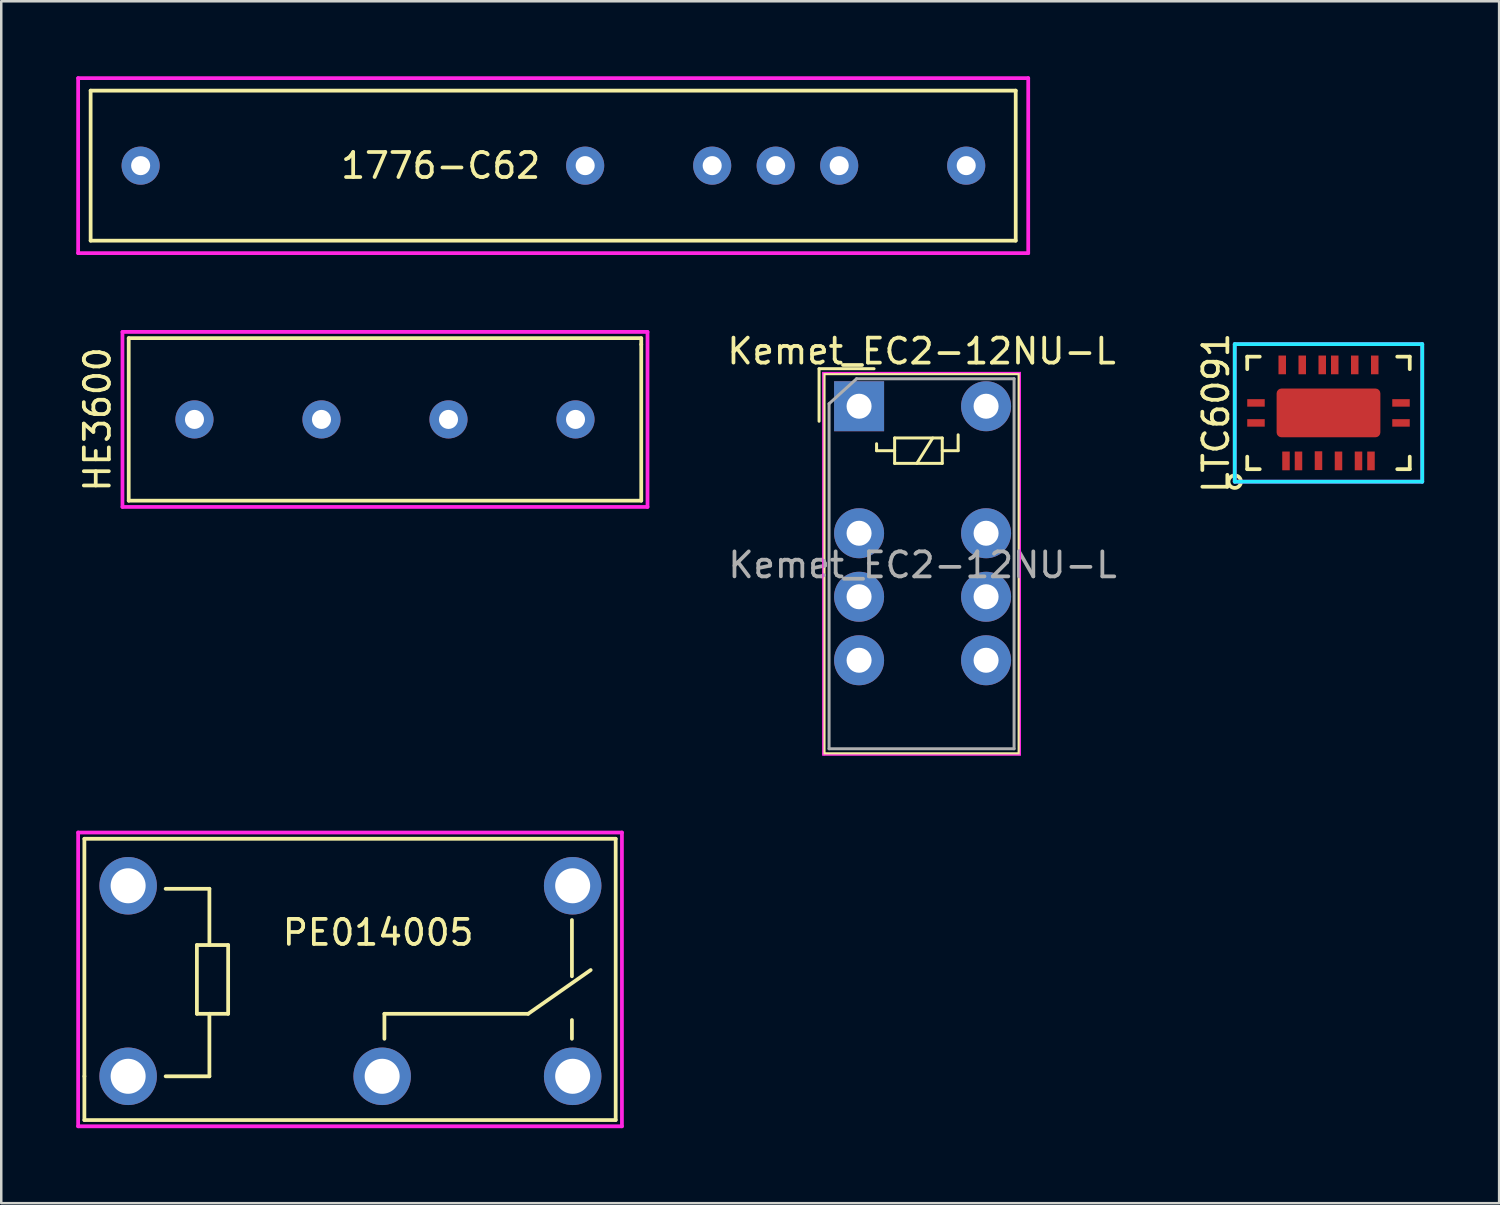
<source format=kicad_pcb>
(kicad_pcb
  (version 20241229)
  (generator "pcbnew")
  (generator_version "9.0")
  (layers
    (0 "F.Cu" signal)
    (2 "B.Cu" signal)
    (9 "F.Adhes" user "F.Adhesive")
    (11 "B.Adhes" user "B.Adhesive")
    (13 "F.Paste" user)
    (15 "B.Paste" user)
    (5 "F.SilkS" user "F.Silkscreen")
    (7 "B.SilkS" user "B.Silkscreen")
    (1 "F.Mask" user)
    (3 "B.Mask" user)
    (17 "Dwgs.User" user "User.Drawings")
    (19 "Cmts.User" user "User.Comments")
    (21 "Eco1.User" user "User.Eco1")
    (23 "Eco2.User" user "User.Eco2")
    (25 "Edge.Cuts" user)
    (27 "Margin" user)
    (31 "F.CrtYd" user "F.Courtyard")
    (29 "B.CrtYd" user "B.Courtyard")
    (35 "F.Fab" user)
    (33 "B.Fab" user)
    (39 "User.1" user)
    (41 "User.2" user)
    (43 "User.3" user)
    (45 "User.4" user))
  (footprint "PE014005"
    (layer "F.Cu")
    (at 2.075 39.998)
    (property "Reference" "PE014005" (at 10 -5.75 0) (layer "F.SilkS") (effects (font (size 1 1) (thickness 0.15))))
    (attr through_hole)
    (fp_line (start -1.75 -9.5) (end -1.75 0) (stroke (width 0.15) (type solid)) (layer "F.SilkS"))
    (fp_line (start -1.75 0) (end -1.75 1.75) (stroke (width 0.15) (type solid)) (layer "F.SilkS"))
    (fp_line (start -1.75 1.75) (end 19.5 1.75) (stroke (width 0.15) (type solid)) (layer "F.SilkS"))
    (fp_line (start 1.5 0) (end 3.25 0) (stroke (width 0.15) (type solid)) (layer "F.SilkS"))
    (fp_line (start 2.75 -5.25) (end 4 -5.25) (stroke (width 0.15) (type solid)) (layer "F.SilkS"))
    (fp_line (start 2.75 -2.5) (end 2.75 -5.25) (stroke (width 0.15) (type solid)) (layer "F.SilkS"))
    (fp_line (start 3.25 -7.5) (end 1.5 -7.5) (stroke (width 0.15) (type solid)) (layer "F.SilkS"))
    (fp_line (start 3.25 -5.25) (end 3.25 -7.5) (stroke (width 0.15) (type solid)) (layer "F.SilkS"))
    (fp_line (start 3.25 -2.5) (end 2.75 -2.5) (stroke (width 0.15) (type solid)) (layer "F.SilkS"))
    (fp_line (start 3.25 0) (end 3.25 -2.5) (stroke (width 0.15) (type solid)) (layer "F.SilkS"))
    (fp_line (start 4 -5.25) (end 4 -2.5) (stroke (width 0.15) (type solid)) (layer "F.SilkS"))
    (fp_line (start 4 -2.5) (end 3.25 -2.5) (stroke (width 0.15) (type solid)) (layer "F.SilkS"))
    (fp_line (start 10.25 -2.5) (end 16 -2.5) (stroke (width 0.15) (type solid)) (layer "F.SilkS"))
    (fp_line (start 10.25 -1.5) (end 10.25 -2.5) (stroke (width 0.15) (type solid)) (layer "F.SilkS"))
    (fp_line (start 16 -2.5) (end 18.5 -4.25) (stroke (width 0.15) (type solid)) (layer "F.SilkS"))
    (fp_line (start 17.75 -6.25) (end 17.75 -4) (stroke (width 0.15) (type solid)) (layer "F.SilkS"))
    (fp_line (start 17.75 -2.25) (end 17.75 -1.5) (stroke (width 0.15) (type solid)) (layer "F.SilkS"))
    (fp_line (start 19.5 -9.5) (end -1.75 -9.5) (stroke (width 0.15) (type solid)) (layer "F.SilkS"))
    (fp_line (start 19.5 1.75) (end 19.5 -9.5) (stroke (width 0.15) (type solid)) (layer "F.SilkS"))
    (fp_line (start -2 -9.75) (end -2 2) (stroke (width 0.15) (type solid)) (layer "F.CrtYd"))
    (fp_line (start -2 2) (end 19.75 2) (stroke (width 0.15) (type solid)) (layer "F.CrtYd"))
    (fp_line (start 19.75 -9.75) (end -2 -9.75) (stroke (width 0.15) (type solid)) (layer "F.CrtYd"))
    (fp_line (start 19.75 2) (end 19.75 -9.75) (stroke (width 0.15) (type solid)) (layer "F.CrtYd"))
    (pad "1" thru_hole circle (at 0 -7.62) (size 2.3 2.3) (drill 1.4) (layers "*.Cu" "*.Mask"))
    (pad "2" thru_hole circle (at 0 0) (size 2.3 2.3) (drill 1.4) (layers "*.Cu" "*.Mask"))
    (pad "11" thru_hole circle (at 10.16 0) (size 2.3 2.3) (drill 1.4) (layers "*.Cu" "*.Mask"))
    (pad "12" thru_hole circle (at 17.78 -7.62) (size 2.3 2.3) (drill 1.4) (layers "*.Cu" "*.Mask"))
    (pad "14" thru_hole circle (at 17.78 0) (size 2.3 2.3) (drill 1.4) (layers "*.Cu" "*.Mask")))
  (footprint "Kemet_EC2-12NU-L"
    (layer "F.Cu")
    (at 31.31 13.198)
    (property "Reference" "Kemet_EC2-12NU-L" (at 2.5 -2.2 0) (layer "F.SilkS") (effects (font (size 1 1) (thickness 0.15))))
    (attr through_hole)
    (fp_line (start -1.6 -1.5) (end 0.6 -1.5) (stroke (width 0.12) (type solid)) (layer "F.SilkS"))
    (fp_line (start -1.6 0.6) (end -1.6 -1.5) (stroke (width 0.12) (type solid)) (layer "F.SilkS"))
    (fp_line (start -1.4 -1.3) (end 6.4 -1.3) (stroke (width 0.12) (type solid)) (layer "F.SilkS"))
    (fp_line (start -1.4 13.9) (end -1.4 -1.3) (stroke (width 0.12) (type solid)) (layer "F.SilkS"))
    (fp_line (start 0.7 1.5) (end 0.7 1.778) (stroke (width 0.12) (type solid)) (layer "F.SilkS"))
    (fp_line (start 0.7 1.778) (end 1.422 1.778) (stroke (width 0.12) (type solid)) (layer "F.SilkS"))
    (fp_line (start 1.422 1.27) (end 1.422 2.286) (stroke (width 0.12) (type solid)) (layer "F.SilkS"))
    (fp_line (start 1.422 2.286) (end 3.327 2.286) (stroke (width 0.12) (type solid)) (layer "F.SilkS"))
    (fp_line (start 2.946 1.27) (end 2.311 2.286) (stroke (width 0.12) (type solid)) (layer "F.SilkS"))
    (fp_line (start 3.327 1.27) (end 1.422 1.27) (stroke (width 0.12) (type solid)) (layer "F.SilkS"))
    (fp_line (start 3.327 1.27) (end 3.327 2.286) (stroke (width 0.12) (type solid)) (layer "F.SilkS"))
    (fp_line (start 3.962 1.143) (end 3.962 1.778) (stroke (width 0.12) (type solid)) (layer "F.SilkS"))
    (fp_line (start 3.962 1.778) (end 3.327 1.778) (stroke (width 0.12) (type solid)) (layer "F.SilkS"))
    (fp_line (start 6.4 -1.3) (end 6.4 13.9) (stroke (width 0.12) (type solid)) (layer "F.SilkS"))
    (fp_line (start 6.4 13.9) (end -1.4 13.9) (stroke (width 0.12) (type solid)) (layer "F.SilkS"))
    (fp_line (start -1.45 -1.35) (end -1.45 13.95) (stroke (width 0.05) (type solid)) (layer "F.CrtYd"))
    (fp_line (start -1.45 -1.35) (end 6.45 -1.35) (stroke (width 0.05) (type solid)) (layer "F.CrtYd"))
    (fp_line (start 6.45 13.95) (end -1.45 13.95) (stroke (width 0.05) (type solid)) (layer "F.CrtYd"))
    (fp_line (start 6.45 13.95) (end 6.45 -1.35) (stroke (width 0.05) (type solid)) (layer "F.CrtYd"))
    (fp_line (start -1.2 -0.1) (end -0.1 -1.1) (stroke (width 0.12) (type solid)) (layer "F.Fab"))
    (fp_line (start -1.2 13.7) (end -1.2 -0.1) (stroke (width 0.12) (type solid)) (layer "F.Fab"))
    (fp_line (start -0.1 -1.1) (end 6.2 -1.1) (stroke (width 0.12) (type solid)) (layer "F.Fab"))
    (fp_line (start 6.2 -1.1) (end 6.2 13.7) (stroke (width 0.12) (type solid)) (layer "F.Fab"))
    (fp_line (start 6.2 13.7) (end -1.2 13.7) (stroke (width 0.12) (type solid)) (layer "F.Fab"))
    (fp_text user "${REFERENCE}" (at 2.54 6.35 0) (layer "F.Fab") (effects (font (size 1 1) (thickness 0.15))))
    (pad "1" thru_hole rect (at 0 0) (size 2 2) (drill 1) (layers "*.Cu" "*.Mask"))
    (pad "3" thru_hole circle (at 0 5.08) (size 2 2) (drill 1) (layers "*.Cu" "*.Mask"))
    (pad "4" thru_hole circle (at 0 7.62 270) (size 2 2) (drill 1) (layers "*.Cu" "*.Mask"))
    (pad "5" thru_hole circle (at 0 10.16) (size 2 2) (drill 1) (layers "*.Cu" "*.Mask"))
    (pad "8" thru_hole circle (at 5.08 10.16) (size 2 2) (drill 1) (layers "*.Cu" "*.Mask"))
    (pad "9" thru_hole circle (at 5.08 7.62 270) (size 2 2) (drill 1) (layers "*.Cu" "*.Mask"))
    (pad "10" thru_hole circle (at 5.08 5.08) (size 2 2) (drill 1) (layers "*.Cu" "*.Mask"))
    (pad "12" thru_hole circle (at 5.08 0) (size 2 2) (drill 1) (layers "*.Cu" "*.Mask")))
  (footprint "1776-C62"
    (layer "F.Cu")
    (at 2.575 3.575)
    (property "Reference" "1776-C62" (at 12 0 0) (layer "F.SilkS") (effects (font (size 1 1) (thickness 0.15))))
    (attr through_hole)
    (fp_line (start -2 -3) (end 35 -3) (stroke (width 0.15) (type solid)) (layer "F.SilkS"))
    (fp_line (start -2 3) (end -2 -3) (stroke (width 0.15) (type solid)) (layer "F.SilkS"))
    (fp_line (start 35 -3) (end 35 3) (stroke (width 0.15) (type solid)) (layer "F.SilkS"))
    (fp_line (start 35 3) (end -2 3) (stroke (width 0.15) (type solid)) (layer "F.SilkS"))
    (fp_line (start -2.5 -3.5) (end -2.5 3.5) (stroke (width 0.15) (type solid)) (layer "F.CrtYd"))
    (fp_line (start -2.5 3.5) (end 35.5 3.5) (stroke (width 0.15) (type solid)) (layer "F.CrtYd"))
    (fp_line (start 35.5 -3.5) (end -2.5 -3.5) (stroke (width 0.15) (type solid)) (layer "F.CrtYd"))
    (fp_line (start 35.5 3.5) (end 35.5 -3.5) (stroke (width 0.15) (type solid)) (layer "F.CrtYd"))
    (pad "1" thru_hole circle (at 0 0) (size 1.524 1.524) (drill 0.762) (layers "*.Cu" "*.Mask"))
    (pad "2" thru_hole circle (at 17.78 0) (size 1.524 1.524) (drill 0.762) (layers "*.Cu" "*.Mask"))
    (pad "3" thru_hole circle (at 22.86 0) (size 1.524 1.524) (drill 0.762) (layers "*.Cu" "*.Mask"))
    (pad "4" thru_hole circle (at 25.4 0) (size 1.524 1.524) (drill 0.762) (layers "*.Cu" "*.Mask"))
    (pad "5" thru_hole circle (at 27.94 0) (size 1.524 1.524) (drill 0.762) (layers "*.Cu" "*.Mask"))
    (pad "6" thru_hole circle (at 33.02 0) (size 1.524 1.524) (drill 0.762) (layers "*.Cu" "*.Mask")))
  (footprint "LTC6091"
    (layer "F.Cu")
    (at 50.085 13.465)
    (property "Reference" "LTC6091" (at -4.5 0 90) (layer "F.SilkS") (effects (font (size 1 1) (thickness 0.15))))
    (attr through_hole)
    (fp_line (start -3.25 -2.25) (end -2.75 -2.25) (stroke (width 0.15) (type solid)) (layer "F.SilkS"))
    (fp_line (start -3.25 -1.75) (end -3.25 -2.25) (stroke (width 0.15) (type solid)) (layer "F.SilkS"))
    (fp_line (start -3.25 1.75) (end -3.25 2.25) (stroke (width 0.15) (type solid)) (layer "F.SilkS"))
    (fp_line (start -3.25 2.25) (end -2.75 2.25) (stroke (width 0.15) (type solid)) (layer "F.SilkS"))
    (fp_line (start 2.75 2.25) (end 3.25 2.25) (stroke (width 0.15) (type solid)) (layer "F.SilkS"))
    (fp_line (start 3.25 -2.25) (end 2.75 -2.25) (stroke (width 0.15) (type solid)) (layer "F.SilkS"))
    (fp_line (start 3.25 -1.75) (end 3.25 -2.25) (stroke (width 0.15) (type solid)) (layer "F.SilkS"))
    (fp_line (start 3.25 2.25) (end 3.25 1.75) (stroke (width 0.15) (type solid)) (layer "F.SilkS"))
    (fp_circle (center -3.75 2.75) (end -3.5 2.75) (stroke (width 0.15) (type solid)) (fill no) (layer "F.SilkS"))
    (fp_line (start -3.75 -2.75) (end -3.75 2.75) (stroke (width 0.15) (type solid)) (layer "B.CrtYd"))
    (fp_line (start -3.75 2.75) (end 3.75 2.75) (stroke (width 0.15) (type solid)) (layer "B.CrtYd"))
    (fp_line (start 3.75 -2.75) (end -3.75 -2.75) (stroke (width 0.15) (type solid)) (layer "B.CrtYd"))
    (fp_line (start 3.75 2.75) (end 3.75 -2.75) (stroke (width 0.15) (type solid)) (layer "B.CrtYd"))
    (fp_line (start -3.75 -2.75) (end -3.75 2.75) (stroke (width 0.15) (type solid)) (layer "F.CrtYd"))
    (fp_line (start -3.75 2.75) (end 3.75 2.75) (stroke (width 0.15) (type solid)) (layer "F.CrtYd"))
    (fp_line (start 3.75 -2.75) (end -3.75 -2.75) (stroke (width 0.15) (type solid)) (layer "F.CrtYd"))
    (fp_line (start 3.75 2.75) (end 3.75 -2.75) (stroke (width 0.15) (type solid)) (layer "F.CrtYd"))
    (pad "1" smd rect (at -1.7 1.92) (size 0.3 0.75) (layers "F.Cu" "F.Mask" "F.Paste"))
    (pad "2" smd rect (at -1.2 1.92) (size 0.3 0.75) (layers "F.Cu" "F.Mask" "F.Paste"))
    (pad "3" smd rect (at -0.4 1.91) (size 0.3 0.75) (layers "F.Cu" "F.Mask" "F.Paste"))
    (pad "4" smd rect (at 0.4 1.92) (size 0.3 0.75) (layers "F.Cu" "F.Mask" "F.Paste"))
    (pad "5" smd rect (at 1.2 1.92) (size 0.3 0.75) (layers "F.Cu" "F.Mask" "F.Paste"))
    (pad "6" smd rect (at 1.7 1.92) (size 0.3 0.75) (layers "F.Cu" "F.Mask" "F.Paste"))
    (pad "7" smd rect (at 2.9 0.4 90) (size 0.3 0.7) (layers "F.Cu" "F.Mask" "F.Paste"))
    (pad "8" smd rect (at 2.9 -0.4 90) (size 0.3 0.7) (layers "F.Cu" "F.Mask" "F.Paste"))
    (pad "9" smd rect (at 1.85 -1.92) (size 0.3 0.75) (layers "F.Cu" "F.Mask" "F.Paste"))
    (pad "10" smd rect (at 1.05 -1.92) (size 0.3 0.75) (layers "F.Cu" "F.Mask" "F.Paste"))
    (pad "11" smd rect (at 0.25 -1.92) (size 0.3 0.75) (layers "F.Cu" "F.Mask" "F.Paste"))
    (pad "12" smd rect (at -0.25 -1.92) (size 0.3 0.75) (layers "F.Cu" "F.Mask" "F.Paste"))
    (pad "13" smd rect (at -1.05 -1.92) (size 0.3 0.75) (layers "F.Cu" "F.Mask" "F.Paste"))
    (pad "14" smd rect (at -1.85 -1.92) (size 0.3 0.75) (layers "F.Cu" "F.Mask" "F.Paste"))
    (pad "15" smd rect (at -2.9 -0.4 90) (size 0.3 0.7) (layers "F.Cu" "F.Mask" "F.Paste"))
    (pad "16" smd rect (at -2.9 0.4 90) (size 0.3 0.7) (layers "F.Cu" "F.Mask" "F.Paste"))
    (pad "17" smd roundrect (at 0 0) (size 4.15 1.95) (layers "F.Cu" "F.Mask" "F.Paste") (roundrect_rratio 0.1)))
  (footprint "HE3600"
    (layer "F.Cu")
    (at 12.348 13.725)
    (property "Reference" "HE3600" (at -11.5 0 90) (layer "F.SilkS") (effects (font (size 1 1) (thickness 0.15))))
    (attr through_hole)
    (fp_line (start -10.25 -3.25) (end -10.25 3.25) (stroke (width 0.15) (type solid)) (layer "F.SilkS"))
    (fp_line (start -10.25 -3.25) (end 10.25 -3.25) (stroke (width 0.15) (type solid)) (layer "F.SilkS"))
    (fp_line (start -10.25 3.25) (end 10.25 3.25) (stroke (width 0.15) (type solid)) (layer "F.SilkS"))
    (fp_line (start 10.25 -3.25) (end 10.25 -3) (stroke (width 0.15) (type solid)) (layer "F.SilkS"))
    (fp_line (start 10.25 3.25) (end 10.25 -3) (stroke (width 0.15) (type solid)) (layer "F.SilkS"))
    (fp_line (start -10.5 -3.5) (end -10.5 3.5) (stroke (width 0.15) (type solid)) (layer "F.CrtYd"))
    (fp_line (start -10.5 3.5) (end 10.5 3.5) (stroke (width 0.15) (type solid)) (layer "F.CrtYd"))
    (fp_line (start 10.5 -3.5) (end -10.5 -3.5) (stroke (width 0.15) (type solid)) (layer "F.CrtYd"))
    (fp_line (start 10.5 3.5) (end 10.5 -3.5) (stroke (width 0.15) (type solid)) (layer "F.CrtYd"))
    (pad "1" thru_hole circle (at -7.62 0) (size 1.524 1.524) (drill 0.762) (layers "*.Cu" "*.Mask"))
    (pad "2" thru_hole circle (at -2.54 0) (size 1.524 1.524) (drill 0.762) (layers "*.Cu" "*.Mask"))
    (pad "3" thru_hole circle (at 2.54 0) (size 1.524 1.524) (drill 0.762) (layers "*.Cu" "*.Mask"))
    (pad "4" thru_hole circle (at 7.62 0) (size 1.524 1.524) (drill 0.762) (layers "*.Cu" "*.Mask")))
  (gr_rect
    (start -3 -3)
    (end 56.91 45.073)
    (stroke (width 0.1) (type default))
    (fill no)
    (layer "Edge.Cuts")))
</source>
